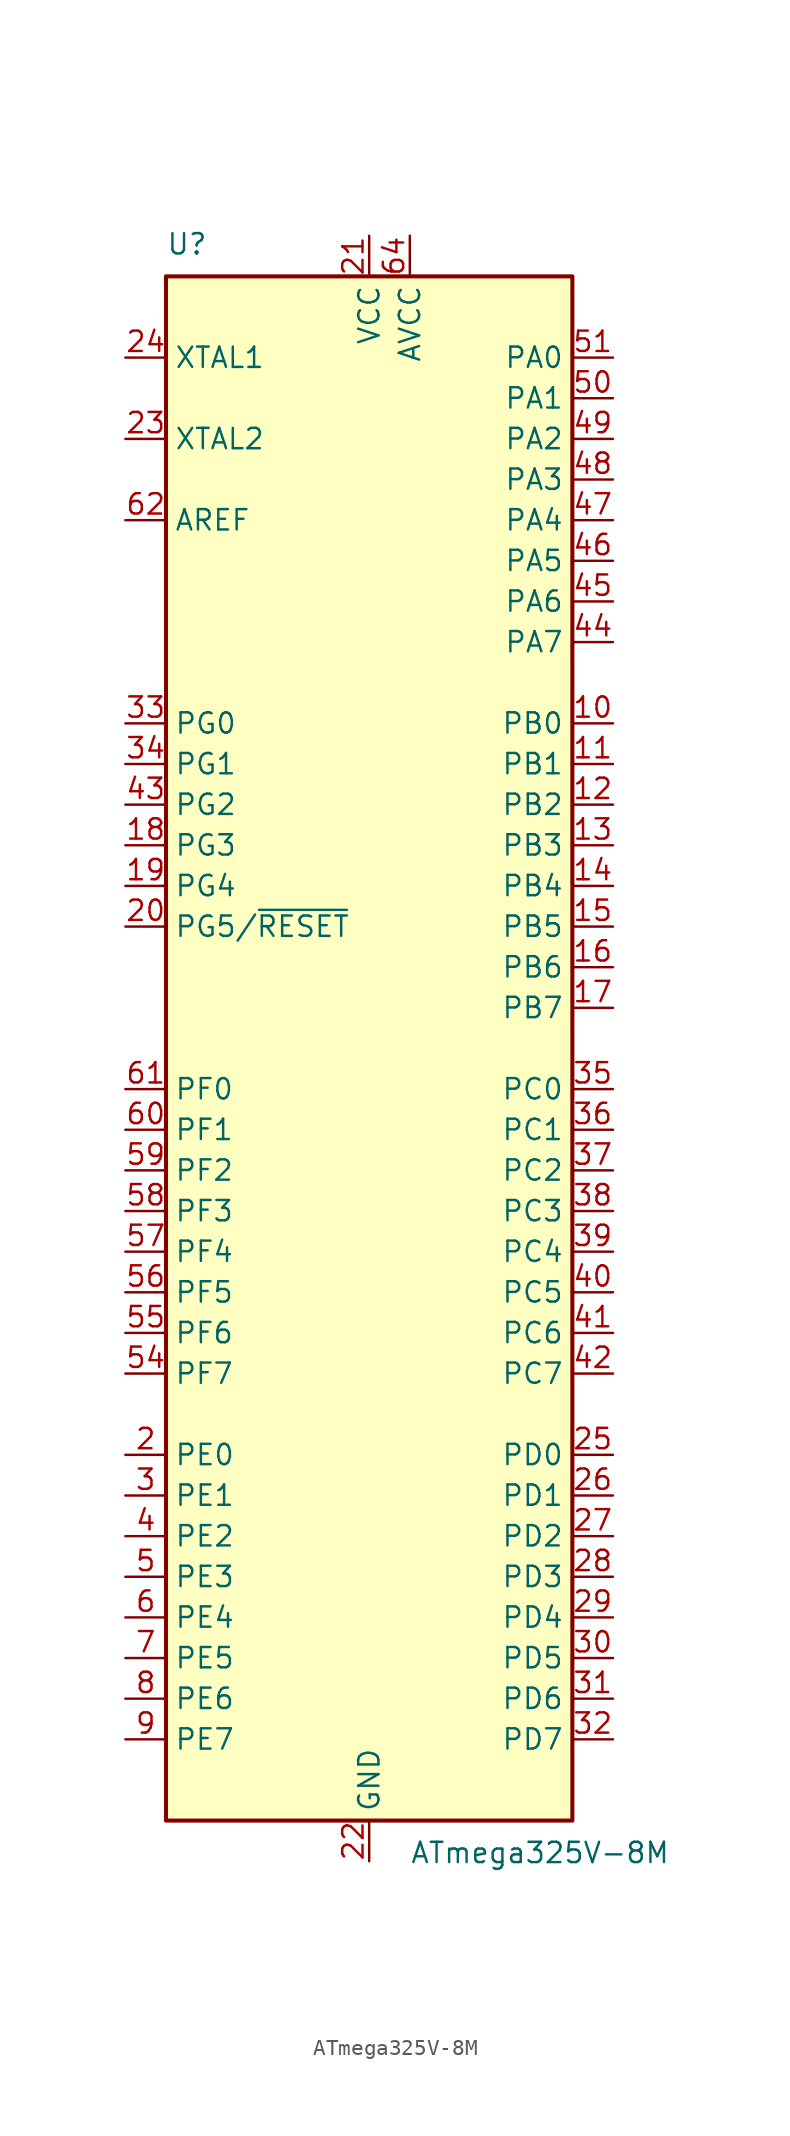
<source format=kicad_sym>
(kicad_symbol_lib
  (version 20201005)
  (generator kicad_symbol_editor)
  (symbol "ATmega325V-8M"
    (property "Reference" "U"
      (at -12.7 49.53 0)
      (effects (font (size 1.27 1.27)) (justify left bottom)))
    (property "Value" "ATmega325V-8M"
      (at 2.54 -49.53 0)
      (effects (font (size 1.27 1.27)) (justify left top)))
    (symbol "ATmega325V-8M_0_1"
      (rectangle (start -12.7 -48.26) (end 12.7 48.26) (stroke (width 0.254)) (fill (type background))))
    (symbol "ATmega325V-8M_1_1"
      (pin no_connect line (at -12.7 -45.72 0) (length 2.54) hide (name "NC" (effects (font (size 1.27 1.27)))) (number "1" (effects (font (size 1.27 1.27)))))
      (pin bidirectional line (at 15.24 20.32 180) (length 2.54) (name "PB0" (effects (font (size 1.27 1.27)))) (number "10" (effects (font (size 1.27 1.27)))))
      (pin bidirectional line (at 15.24 17.78 180) (length 2.54) (name "PB1" (effects (font (size 1.27 1.27)))) (number "11" (effects (font (size 1.27 1.27)))))
      (pin bidirectional line (at 15.24 15.24 180) (length 2.54) (name "PB2" (effects (font (size 1.27 1.27)))) (number "12" (effects (font (size 1.27 1.27)))))
      (pin bidirectional line (at 15.24 12.7 180) (length 2.54) (name "PB3" (effects (font (size 1.27 1.27)))) (number "13" (effects (font (size 1.27 1.27)))))
      (pin bidirectional line (at 15.24 10.16 180) (length 2.54) (name "PB4" (effects (font (size 1.27 1.27)))) (number "14" (effects (font (size 1.27 1.27)))))
      (pin bidirectional line (at 15.24 7.62 180) (length 2.54) (name "PB5" (effects (font (size 1.27 1.27)))) (number "15" (effects (font (size 1.27 1.27)))))
      (pin bidirectional line (at 15.24 5.08 180) (length 2.54) (name "PB6" (effects (font (size 1.27 1.27)))) (number "16" (effects (font (size 1.27 1.27)))))
      (pin bidirectional line (at 15.24 2.54 180) (length 2.54) (name "PB7" (effects (font (size 1.27 1.27)))) (number "17" (effects (font (size 1.27 1.27)))))
      (pin bidirectional line (at -15.24 12.7 0) (length 2.54) (name "PG3" (effects (font (size 1.27 1.27)))) (number "18" (effects (font (size 1.27 1.27)))))
      (pin bidirectional line (at -15.24 10.16 0) (length 2.54) (name "PG4" (effects (font (size 1.27 1.27)))) (number "19" (effects (font (size 1.27 1.27)))))
      (pin bidirectional line (at -15.24 -25.4 0) (length 2.54) (name "PE0" (effects (font (size 1.27 1.27)))) (number "2" (effects (font (size 1.27 1.27)))))
      (pin bidirectional line (at -15.24 7.62 0) (length 2.54) (name "PG5/~RESET" (effects (font (size 1.27 1.27)))) (number "20" (effects (font (size 1.27 1.27)))))
      (pin power_in line (at 0 50.8 270) (length 2.54) (name "VCC" (effects (font (size 1.27 1.27)))) (number "21" (effects (font (size 1.27 1.27)))))
      (pin power_in line (at 0 -50.8 90) (length 2.54) (name "GND" (effects (font (size 1.27 1.27)))) (number "22" (effects (font (size 1.27 1.27)))))
      (pin output line (at -15.24 38.1 0) (length 2.54) (name "XTAL2" (effects (font (size 1.27 1.27)))) (number "23" (effects (font (size 1.27 1.27)))))
      (pin input line (at -15.24 43.18 0) (length 2.54) (name "XTAL1" (effects (font (size 1.27 1.27)))) (number "24" (effects (font (size 1.27 1.27)))))
      (pin bidirectional line (at 15.24 -25.4 180) (length 2.54) (name "PD0" (effects (font (size 1.27 1.27)))) (number "25" (effects (font (size 1.27 1.27)))))
      (pin bidirectional line (at 15.24 -27.94 180) (length 2.54) (name "PD1" (effects (font (size 1.27 1.27)))) (number "26" (effects (font (size 1.27 1.27)))))
      (pin bidirectional line (at 15.24 -30.48 180) (length 2.54) (name "PD2" (effects (font (size 1.27 1.27)))) (number "27" (effects (font (size 1.27 1.27)))))
      (pin bidirectional line (at 15.24 -33.02 180) (length 2.54) (name "PD3" (effects (font (size 1.27 1.27)))) (number "28" (effects (font (size 1.27 1.27)))))
      (pin bidirectional line (at 15.24 -35.56 180) (length 2.54) (name "PD4" (effects (font (size 1.27 1.27)))) (number "29" (effects (font (size 1.27 1.27)))))
      (pin bidirectional line (at -15.24 -27.94 0) (length 2.54) (name "PE1" (effects (font (size 1.27 1.27)))) (number "3" (effects (font (size 1.27 1.27)))))
      (pin bidirectional line (at 15.24 -38.1 180) (length 2.54) (name "PD5" (effects (font (size 1.27 1.27)))) (number "30" (effects (font (size 1.27 1.27)))))
      (pin bidirectional line (at 15.24 -40.64 180) (length 2.54) (name "PD6" (effects (font (size 1.27 1.27)))) (number "31" (effects (font (size 1.27 1.27)))))
      (pin bidirectional line (at 15.24 -43.18 180) (length 2.54) (name "PD7" (effects (font (size 1.27 1.27)))) (number "32" (effects (font (size 1.27 1.27)))))
      (pin bidirectional line (at -15.24 20.32 0) (length 2.54) (name "PG0" (effects (font (size 1.27 1.27)))) (number "33" (effects (font (size 1.27 1.27)))))
      (pin bidirectional line (at -15.24 17.78 0) (length 2.54) (name "PG1" (effects (font (size 1.27 1.27)))) (number "34" (effects (font (size 1.27 1.27)))))
      (pin bidirectional line (at 15.24 -2.54 180) (length 2.54) (name "PC0" (effects (font (size 1.27 1.27)))) (number "35" (effects (font (size 1.27 1.27)))))
      (pin bidirectional line (at 15.24 -5.08 180) (length 2.54) (name "PC1" (effects (font (size 1.27 1.27)))) (number "36" (effects (font (size 1.27 1.27)))))
      (pin bidirectional line (at 15.24 -7.62 180) (length 2.54) (name "PC2" (effects (font (size 1.27 1.27)))) (number "37" (effects (font (size 1.27 1.27)))))
      (pin bidirectional line (at 15.24 -10.16 180) (length 2.54) (name "PC3" (effects (font (size 1.27 1.27)))) (number "38" (effects (font (size 1.27 1.27)))))
      (pin bidirectional line (at 15.24 -12.7 180) (length 2.54) (name "PC4" (effects (font (size 1.27 1.27)))) (number "39" (effects (font (size 1.27 1.27)))))
      (pin bidirectional line (at -15.24 -30.48 0) (length 2.54) (name "PE2" (effects (font (size 1.27 1.27)))) (number "4" (effects (font (size 1.27 1.27)))))
      (pin bidirectional line (at 15.24 -15.24 180) (length 2.54) (name "PC5" (effects (font (size 1.27 1.27)))) (number "40" (effects (font (size 1.27 1.27)))))
      (pin bidirectional line (at 15.24 -17.78 180) (length 2.54) (name "PC6" (effects (font (size 1.27 1.27)))) (number "41" (effects (font (size 1.27 1.27)))))
      (pin bidirectional line (at 15.24 -20.32 180) (length 2.54) (name "PC7" (effects (font (size 1.27 1.27)))) (number "42" (effects (font (size 1.27 1.27)))))
      (pin bidirectional line (at -15.24 15.24 0) (length 2.54) (name "PG2" (effects (font (size 1.27 1.27)))) (number "43" (effects (font (size 1.27 1.27)))))
      (pin bidirectional line (at 15.24 25.4 180) (length 2.54) (name "PA7" (effects (font (size 1.27 1.27)))) (number "44" (effects (font (size 1.27 1.27)))))
      (pin bidirectional line (at 15.24 27.94 180) (length 2.54) (name "PA6" (effects (font (size 1.27 1.27)))) (number "45" (effects (font (size 1.27 1.27)))))
      (pin bidirectional line (at 15.24 30.48 180) (length 2.54) (name "PA5" (effects (font (size 1.27 1.27)))) (number "46" (effects (font (size 1.27 1.27)))))
      (pin bidirectional line (at 15.24 33.02 180) (length 2.54) (name "PA4" (effects (font (size 1.27 1.27)))) (number "47" (effects (font (size 1.27 1.27)))))
      (pin bidirectional line (at 15.24 35.56 180) (length 2.54) (name "PA3" (effects (font (size 1.27 1.27)))) (number "48" (effects (font (size 1.27 1.27)))))
      (pin bidirectional line (at 15.24 38.1 180) (length 2.54) (name "PA2" (effects (font (size 1.27 1.27)))) (number "49" (effects (font (size 1.27 1.27)))))
      (pin bidirectional line (at -15.24 -33.02 0) (length 2.54) (name "PE3" (effects (font (size 1.27 1.27)))) (number "5" (effects (font (size 1.27 1.27)))))
      (pin bidirectional line (at 15.24 40.64 180) (length 2.54) (name "PA1" (effects (font (size 1.27 1.27)))) (number "50" (effects (font (size 1.27 1.27)))))
      (pin bidirectional line (at 15.24 43.18 180) (length 2.54) (name "PA0" (effects (font (size 1.27 1.27)))) (number "51" (effects (font (size 1.27 1.27)))))
      (pin passive line (at 0 50.8 270) (length 2.54) hide (name "VCC" (effects (font (size 1.27 1.27)))) (number "52" (effects (font (size 1.27 1.27)))))
      (pin passive line (at 0 -50.8 90) (length 2.54) hide (name "GND" (effects (font (size 1.27 1.27)))) (number "53" (effects (font (size 1.27 1.27)))))
      (pin bidirectional line (at -15.24 -20.32 0) (length 2.54) (name "PF7" (effects (font (size 1.27 1.27)))) (number "54" (effects (font (size 1.27 1.27)))))
      (pin bidirectional line (at -15.24 -17.78 0) (length 2.54) (name "PF6" (effects (font (size 1.27 1.27)))) (number "55" (effects (font (size 1.27 1.27)))))
      (pin bidirectional line (at -15.24 -15.24 0) (length 2.54) (name "PF5" (effects (font (size 1.27 1.27)))) (number "56" (effects (font (size 1.27 1.27)))))
      (pin bidirectional line (at -15.24 -12.7 0) (length 2.54) (name "PF4" (effects (font (size 1.27 1.27)))) (number "57" (effects (font (size 1.27 1.27)))))
      (pin bidirectional line (at -15.24 -10.16 0) (length 2.54) (name "PF3" (effects (font (size 1.27 1.27)))) (number "58" (effects (font (size 1.27 1.27)))))
      (pin bidirectional line (at -15.24 -7.62 0) (length 2.54) (name "PF2" (effects (font (size 1.27 1.27)))) (number "59" (effects (font (size 1.27 1.27)))))
      (pin bidirectional line (at -15.24 -35.56 0) (length 2.54) (name "PE4" (effects (font (size 1.27 1.27)))) (number "6" (effects (font (size 1.27 1.27)))))
      (pin bidirectional line (at -15.24 -5.08 0) (length 2.54) (name "PF1" (effects (font (size 1.27 1.27)))) (number "60" (effects (font (size 1.27 1.27)))))
      (pin bidirectional line (at -15.24 -2.54 0) (length 2.54) (name "PF0" (effects (font (size 1.27 1.27)))) (number "61" (effects (font (size 1.27 1.27)))))
      (pin passive line (at -15.24 33.02 0) (length 2.54) (name "AREF" (effects (font (size 1.27 1.27)))) (number "62" (effects (font (size 1.27 1.27)))))
      (pin passive line (at 0 -50.8 90) (length 2.54) hide (name "GND" (effects (font (size 1.27 1.27)))) (number "63" (effects (font (size 1.27 1.27)))))
      (pin power_in line (at 2.54 50.8 270) (length 2.54) (name "AVCC" (effects (font (size 1.27 1.27)))) (number "64" (effects (font (size 1.27 1.27)))))
      (pin passive line (at 0 -50.8 90) (length 2.54) hide (name "GND" (effects (font (size 1.27 1.27)))) (number "65" (effects (font (size 1.27 1.27)))))
      (pin bidirectional line (at -15.24 -38.1 0) (length 2.54) (name "PE5" (effects (font (size 1.27 1.27)))) (number "7" (effects (font (size 1.27 1.27)))))
      (pin bidirectional line (at -15.24 -40.64 0) (length 2.54) (name "PE6" (effects (font (size 1.27 1.27)))) (number "8" (effects (font (size 1.27 1.27)))))
      (pin bidirectional line (at -15.24 -43.18 0) (length 2.54) (name "PE7" (effects (font (size 1.27 1.27)))) (number "9" (effects (font (size 1.27 1.27))))))))
</source>
